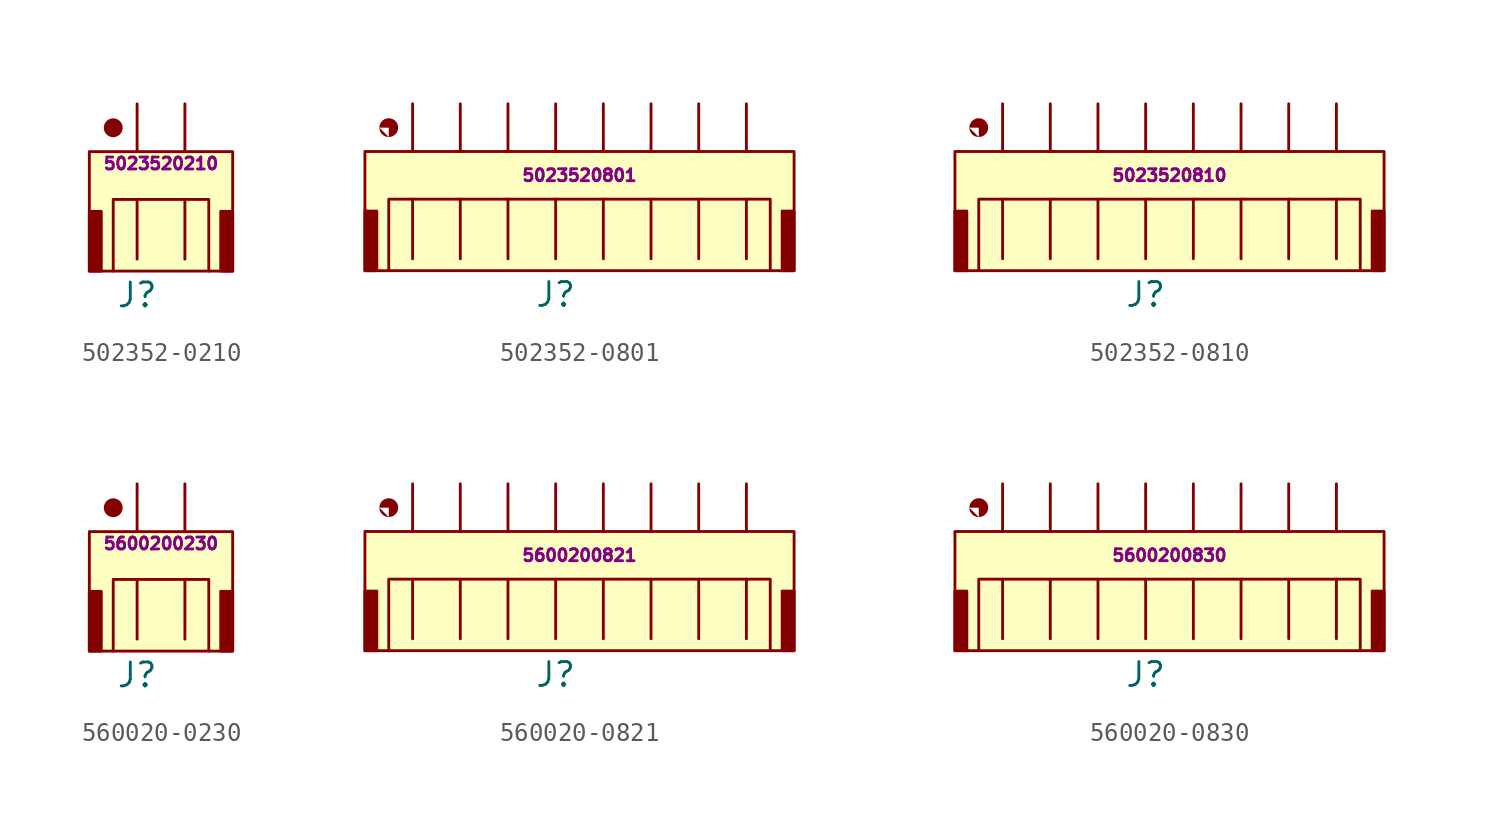
<source format=kicad_sym>
(kicad_symbol_lib
  (version 20220914)
  (generator kicad_symbol_editor)
  (symbol "502352-0210"
    (pin_numbers hide)
    (pin_names hide)
    (property "Reference" "J"
      (at 0 -10.16 0)
      (effects (font (size 1.27 1.27))))
    (property "Mfr PN" "5023520210"
      (at 1.27 -3.175 0)
      (effects (font (size 0.635 0.635))))
    (symbol "502352-0210_0_1"
      (polyline (pts (xy -1.27 -8.89) (xy -1.27 -5.08) (xy 3.81 -5.08) (xy 3.81 -8.89)) (stroke (width 0) (type default)) (fill (type none))))
    (symbol "502352-0210_1_1"
      (rectangle (start -2.54 -8.89) (end -1.905 -5.715) (stroke (width 0) (type default)) (fill (type outline)))
      (rectangle (start -2.54 -8.89) (end 5.08 -2.54) (stroke (width 0) (type default)) (fill (type background)))
      (circle (center -1.27 -1.27) (radius 0.0001) (stroke (width 1) (type default)) (fill (type outline)))
      (polyline (pts (xy 0 -5.08) (xy 0 -8.255)) (stroke (width 0) (type default)) (fill (type none)))
      (polyline (pts (xy 2.54 -5.08) (xy 2.54 -8.255)) (stroke (width 0) (type default)) (fill (type none)))
      (rectangle (start 4.445 -8.89) (end 5.08 -5.715) (stroke (width 0) (type default)) (fill (type outline)))
      (pin passive line (at 0 0 270) (length 2.54) (name "1" (effects (font (size 1.27 1.27)))) (number "1" (effects (font (size 1.27 1.27)))))
      (pin passive line (at 2.54 0 270) (length 2.54) (name "2" (effects (font (size 1.27 1.27)))) (number "2" (effects (font (size 1.27 1.27)))))))
  (symbol "502352-0801"
    (pin_numbers hide)
    (pin_names hide)
    (property "Reference" "J"
      (at 7.62 -10.16 0)
      (effects (font (size 1.27 1.27))))
    (property "Mfr PN" "5023520801"
      (at 8.89 -3.81 0)
      (effects (font (size 0.635 0.635))))
    (symbol "502352-0801_1_1"
      (rectangle (start -2.54 -8.89) (end -1.905 -5.715) (stroke (width 0) (type default)) (fill (type outline)))
      (rectangle (start -2.54 -2.54) (end 20.32 -8.89) (stroke (width 0) (type default)) (fill (type background)))
      (circle (center -1.27 -1.27) (radius 0.0001) (stroke (width 1) (type default)) (fill (type outline)))
      (polyline (pts (xy 0 -5.08) (xy 0 -8.255)) (stroke (width 0) (type default)) (fill (type none)))
      (polyline (pts (xy 2.54 -5.08) (xy 2.54 -8.255)) (stroke (width 0) (type default)) (fill (type none)))
      (polyline (pts (xy 5.08 -5.08) (xy 5.08 -8.255)) (stroke (width 0) (type default)) (fill (type none)))
      (polyline (pts (xy 7.62 -5.08) (xy 7.62 -8.255)) (stroke (width 0) (type default)) (fill (type none)))
      (polyline (pts (xy 10.16 -5.08) (xy 10.16 -8.255)) (stroke (width 0) (type default)) (fill (type none)))
      (polyline (pts (xy 12.7 -5.08) (xy 12.7 -8.255)) (stroke (width 0) (type default)) (fill (type none)))
      (polyline (pts (xy 15.24 -5.08) (xy 15.24 -8.255)) (stroke (width 0) (type default)) (fill (type none)))
      (polyline (pts (xy 17.78 -5.08) (xy 17.78 -8.255)) (stroke (width 0) (type default)) (fill (type none)))
      (polyline (pts (xy -1.27 -8.89) (xy -1.27 -5.08) (xy 19.05 -5.08) (xy 19.05 -8.89)) (stroke (width 0) (type default)) (fill (type none)))
      (rectangle (start 19.685 -8.89) (end 20.32 -5.715) (stroke (width 0) (type default)) (fill (type outline)))
      (pin passive line (at 0 0 270) (length 2.54) (name "1" (effects (font (size 1.27 1.27)))) (number "1" (effects (font (size 1.27 1.27)))))
      (pin passive line (at 2.54 0 270) (length 2.54) (name "2" (effects (font (size 1.27 1.27)))) (number "2" (effects (font (size 1.27 1.27)))))
      (pin passive line (at 5.08 0 270) (length 2.54) (name "3" (effects (font (size 1.27 1.27)))) (number "3" (effects (font (size 1.27 1.27)))))
      (pin passive line (at 7.62 0 270) (length 2.54) (name "4" (effects (font (size 1.27 1.27)))) (number "4" (effects (font (size 1.27 1.27)))))
      (pin passive line (at 10.16 0 270) (length 2.54) (name "5" (effects (font (size 1.27 1.27)))) (number "5" (effects (font (size 1.27 1.27)))))
      (pin passive line (at 12.7 0 270) (length 2.54) (name "6" (effects (font (size 1.27 1.27)))) (number "6" (effects (font (size 1.27 1.27)))))
      (pin passive line (at 15.24 0 270) (length 2.54) (name "7" (effects (font (size 1.27 1.27)))) (number "7" (effects (font (size 1.27 1.27)))))
      (pin passive line (at 17.78 0 270) (length 2.54) (name "8" (effects (font (size 1.27 1.27)))) (number "8" (effects (font (size 1.27 1.27)))))))
  (symbol "502352-0810"
    (pin_numbers hide)
    (pin_names hide)
    (property "Reference" "J"
      (at 7.62 -10.16 0)
      (effects (font (size 1.27 1.27))))
    (property "Mfr PN" "5023520810"
      (at 8.89 -3.81 0)
      (effects (font (size 0.635 0.635))))
    (symbol "502352-0810_1_1"
      (rectangle (start -2.54 -8.89) (end -1.905 -5.715) (stroke (width 0) (type default)) (fill (type outline)))
      (rectangle (start -2.54 -8.89) (end 20.32 -2.54) (stroke (width 0) (type default)) (fill (type background)))
      (circle (center -1.27 -1.27) (radius 0.0001) (stroke (width 1) (type default)) (fill (type outline)))
      (polyline (pts (xy 0 -5.08) (xy 0 -8.255)) (stroke (width 0) (type default)) (fill (type none)))
      (polyline (pts (xy 2.54 -5.08) (xy 2.54 -8.255)) (stroke (width 0) (type default)) (fill (type none)))
      (polyline (pts (xy 5.08 -5.08) (xy 5.08 -8.255)) (stroke (width 0) (type default)) (fill (type none)))
      (polyline (pts (xy 7.62 -5.08) (xy 7.62 -8.255)) (stroke (width 0) (type default)) (fill (type none)))
      (polyline (pts (xy 10.16 -5.08) (xy 10.16 -8.255)) (stroke (width 0) (type default)) (fill (type none)))
      (polyline (pts (xy 12.7 -5.08) (xy 12.7 -8.255)) (stroke (width 0) (type default)) (fill (type none)))
      (polyline (pts (xy 15.24 -5.08) (xy 15.24 -8.255)) (stroke (width 0) (type default)) (fill (type none)))
      (polyline (pts (xy 17.78 -5.08) (xy 17.78 -8.255)) (stroke (width 0) (type default)) (fill (type none)))
      (polyline (pts (xy -1.27 -8.89) (xy -1.27 -5.08) (xy 19.05 -5.08) (xy 19.05 -8.89)) (stroke (width 0) (type default)) (fill (type none)))
      (rectangle (start 19.685 -8.89) (end 20.32 -5.715) (stroke (width 0) (type default)) (fill (type outline)))
      (pin passive line (at 0 0 270) (length 2.54) (name "1" (effects (font (size 1.27 1.27)))) (number "1" (effects (font (size 1.27 1.27)))))
      (pin passive line (at 2.54 0 270) (length 2.54) (name "2" (effects (font (size 1.27 1.27)))) (number "2" (effects (font (size 1.27 1.27)))))
      (pin passive line (at 5.08 0 270) (length 2.54) (name "3" (effects (font (size 1.27 1.27)))) (number "3" (effects (font (size 1.27 1.27)))))
      (pin passive line (at 7.62 0 270) (length 2.54) (name "4" (effects (font (size 1.27 1.27)))) (number "4" (effects (font (size 1.27 1.27)))))
      (pin passive line (at 10.16 0 270) (length 2.54) (name "5" (effects (font (size 1.27 1.27)))) (number "5" (effects (font (size 1.27 1.27)))))
      (pin passive line (at 12.7 0 270) (length 2.54) (name "6" (effects (font (size 1.27 1.27)))) (number "6" (effects (font (size 1.27 1.27)))))
      (pin passive line (at 15.24 0 270) (length 2.54) (name "7" (effects (font (size 1.27 1.27)))) (number "7" (effects (font (size 1.27 1.27)))))
      (pin passive line (at 17.78 0 270) (length 2.54) (name "8" (effects (font (size 1.27 1.27)))) (number "8" (effects (font (size 1.27 1.27)))))))
  (symbol "560020-0230"
    (pin_numbers hide)
    (pin_names hide)
    (property "Reference" "J"
      (at 0 -10.16 0)
      (effects (font (size 1.27 1.27))))
    (property "Mfr PN" "5600200230"
      (at 1.27 -3.175 0)
      (effects (font (size 0.635 0.635))))
    (symbol "560020-0230_0_1"
      (polyline (pts (xy -1.27 -8.89) (xy -1.27 -5.08) (xy 3.81 -5.08) (xy 3.81 -8.89)) (stroke (width 0) (type default)) (fill (type none))))
    (symbol "560020-0230_1_1"
      (rectangle (start -2.54 -8.89) (end -1.905 -5.715) (stroke (width 0) (type default)) (fill (type outline)))
      (rectangle (start -2.54 -8.89) (end 5.08 -2.54) (stroke (width 0) (type default)) (fill (type background)))
      (circle (center -1.27 -1.27) (radius 0.0001) (stroke (width 1) (type default)) (fill (type outline)))
      (polyline (pts (xy 0 -5.08) (xy 0 -8.255)) (stroke (width 0) (type default)) (fill (type none)))
      (polyline (pts (xy 2.54 -5.08) (xy 2.54 -8.255)) (stroke (width 0) (type default)) (fill (type none)))
      (rectangle (start 4.445 -8.89) (end 5.08 -5.715) (stroke (width 0) (type default)) (fill (type outline)))
      (pin passive line (at 0 0 270) (length 2.54) (name "1" (effects (font (size 1.27 1.27)))) (number "1" (effects (font (size 1.27 1.27)))))
      (pin passive line (at 2.54 0 270) (length 2.54) (name "2" (effects (font (size 1.27 1.27)))) (number "2" (effects (font (size 1.27 1.27)))))))
  (symbol "560020-0821"
    (pin_numbers hide)
    (pin_names hide)
    (property "Reference" "J"
      (at 7.62 -10.16 0)
      (effects (font (size 1.27 1.27))))
    (property "Mfr PN" "5600200821"
      (at 8.89 -3.81 0)
      (effects (font (size 0.635 0.635))))
    (symbol "560020-0821_1_1"
      (rectangle (start -2.54 -8.89) (end -1.905 -5.715) (stroke (width 0) (type default)) (fill (type outline)))
      (rectangle (start -2.54 -8.89) (end 20.32 -2.54) (stroke (width 0) (type default)) (fill (type background)))
      (circle (center -1.27 -1.27) (radius 0.0001) (stroke (width 1) (type default)) (fill (type outline)))
      (polyline (pts (xy 0 -5.08) (xy 0 -8.255)) (stroke (width 0) (type default)) (fill (type none)))
      (polyline (pts (xy 2.54 -5.08) (xy 2.54 -8.255)) (stroke (width 0) (type default)) (fill (type none)))
      (polyline (pts (xy 5.08 -5.08) (xy 5.08 -8.255)) (stroke (width 0) (type default)) (fill (type none)))
      (polyline (pts (xy 7.62 -5.08) (xy 7.62 -8.255)) (stroke (width 0) (type default)) (fill (type none)))
      (polyline (pts (xy 10.16 -5.08) (xy 10.16 -8.255)) (stroke (width 0) (type default)) (fill (type none)))
      (polyline (pts (xy 12.7 -5.08) (xy 12.7 -8.255)) (stroke (width 0) (type default)) (fill (type none)))
      (polyline (pts (xy 15.24 -5.08) (xy 15.24 -8.255)) (stroke (width 0) (type default)) (fill (type none)))
      (polyline (pts (xy 17.78 -5.08) (xy 17.78 -8.255)) (stroke (width 0) (type default)) (fill (type none)))
      (polyline (pts (xy -1.27 -8.89) (xy -1.27 -5.08) (xy 19.05 -5.08) (xy 19.05 -8.89)) (stroke (width 0) (type default)) (fill (type none)))
      (rectangle (start 19.685 -8.89) (end 20.32 -5.715) (stroke (width 0) (type default)) (fill (type outline)))
      (pin passive line (at 0 0 270) (length 2.54) (name "1" (effects (font (size 1.27 1.27)))) (number "1" (effects (font (size 1.27 1.27)))))
      (pin passive line (at 2.54 0 270) (length 2.54) (name "2" (effects (font (size 1.27 1.27)))) (number "2" (effects (font (size 1.27 1.27)))))
      (pin passive line (at 5.08 0 270) (length 2.54) (name "3" (effects (font (size 1.27 1.27)))) (number "3" (effects (font (size 1.27 1.27)))))
      (pin passive line (at 7.62 0 270) (length 2.54) (name "4" (effects (font (size 1.27 1.27)))) (number "4" (effects (font (size 1.27 1.27)))))
      (pin passive line (at 10.16 0 270) (length 2.54) (name "5" (effects (font (size 1.27 1.27)))) (number "5" (effects (font (size 1.27 1.27)))))
      (pin passive line (at 12.7 0 270) (length 2.54) (name "6" (effects (font (size 1.27 1.27)))) (number "6" (effects (font (size 1.27 1.27)))))
      (pin passive line (at 15.24 0 270) (length 2.54) (name "7" (effects (font (size 1.27 1.27)))) (number "7" (effects (font (size 1.27 1.27)))))
      (pin passive line (at 17.78 0 270) (length 2.54) (name "8" (effects (font (size 1.27 1.27)))) (number "8" (effects (font (size 1.27 1.27)))))))
  (symbol "560020-0830"
    (pin_numbers hide)
    (pin_names hide)
    (property "Reference" "J"
      (at 7.62 -10.16 0)
      (effects (font (size 1.27 1.27))))
    (property "Mfr PN" "5600200830"
      (at 8.89 -3.81 0)
      (effects (font (size 0.635 0.635))))
    (symbol "560020-0830_1_1"
      (rectangle (start -2.54 -8.89) (end -1.905 -5.715) (stroke (width 0) (type default)) (fill (type outline)))
      (rectangle (start -2.54 -2.54) (end 20.32 -8.89) (stroke (width 0) (type default)) (fill (type background)))
      (circle (center -1.27 -1.27) (radius 0.0001) (stroke (width 1) (type default)) (fill (type outline)))
      (polyline (pts (xy 0 -5.08) (xy 0 -8.255)) (stroke (width 0) (type default)) (fill (type none)))
      (polyline (pts (xy 2.54 -5.08) (xy 2.54 -8.255)) (stroke (width 0) (type default)) (fill (type none)))
      (polyline (pts (xy 5.08 -5.08) (xy 5.08 -8.255)) (stroke (width 0) (type default)) (fill (type none)))
      (polyline (pts (xy 7.62 -5.08) (xy 7.62 -8.255)) (stroke (width 0) (type default)) (fill (type none)))
      (polyline (pts (xy 10.16 -5.08) (xy 10.16 -8.255)) (stroke (width 0) (type default)) (fill (type none)))
      (polyline (pts (xy 12.7 -5.08) (xy 12.7 -8.255)) (stroke (width 0) (type default)) (fill (type none)))
      (polyline (pts (xy 15.24 -5.08) (xy 15.24 -8.255)) (stroke (width 0) (type default)) (fill (type none)))
      (polyline (pts (xy 17.78 -5.08) (xy 17.78 -8.255)) (stroke (width 0) (type default)) (fill (type none)))
      (polyline (pts (xy -1.27 -8.89) (xy -1.27 -5.08) (xy 19.05 -5.08) (xy 19.05 -8.89)) (stroke (width 0) (type default)) (fill (type none)))
      (rectangle (start 19.685 -8.89) (end 20.32 -5.715) (stroke (width 0) (type default)) (fill (type outline)))
      (pin passive line (at 0 0 270) (length 2.54) (name "1" (effects (font (size 1.27 1.27)))) (number "1" (effects (font (size 1.27 1.27)))))
      (pin passive line (at 2.54 0 270) (length 2.54) (name "2" (effects (font (size 1.27 1.27)))) (number "2" (effects (font (size 1.27 1.27)))))
      (pin passive line (at 5.08 0 270) (length 2.54) (name "3" (effects (font (size 1.27 1.27)))) (number "3" (effects (font (size 1.27 1.27)))))
      (pin passive line (at 7.62 0 270) (length 2.54) (name "4" (effects (font (size 1.27 1.27)))) (number "4" (effects (font (size 1.27 1.27)))))
      (pin passive line (at 10.16 0 270) (length 2.54) (name "5" (effects (font (size 1.27 1.27)))) (number "5" (effects (font (size 1.27 1.27)))))
      (pin passive line (at 12.7 0 270) (length 2.54) (name "6" (effects (font (size 1.27 1.27)))) (number "6" (effects (font (size 1.27 1.27)))))
      (pin passive line (at 15.24 0 270) (length 2.54) (name "7" (effects (font (size 1.27 1.27)))) (number "7" (effects (font (size 1.27 1.27)))))
      (pin passive line (at 17.78 0 270) (length 2.54) (name "8" (effects (font (size 1.27 1.27)))) (number "8" (effects (font (size 1.27 1.27))))))))
</source>
